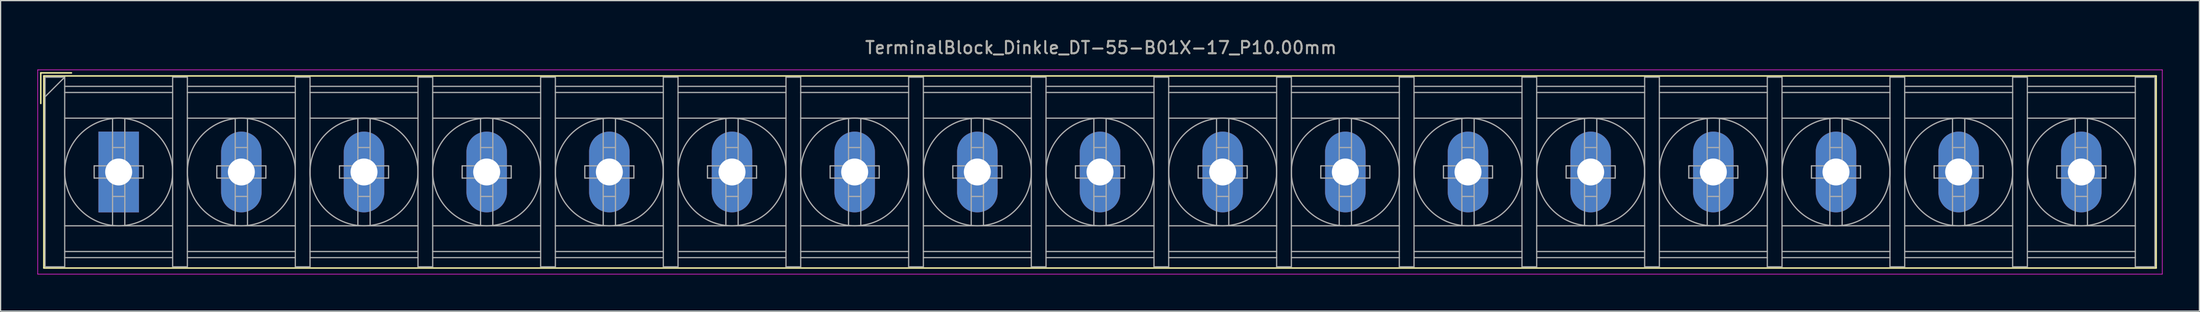
<source format=kicad_pcb>
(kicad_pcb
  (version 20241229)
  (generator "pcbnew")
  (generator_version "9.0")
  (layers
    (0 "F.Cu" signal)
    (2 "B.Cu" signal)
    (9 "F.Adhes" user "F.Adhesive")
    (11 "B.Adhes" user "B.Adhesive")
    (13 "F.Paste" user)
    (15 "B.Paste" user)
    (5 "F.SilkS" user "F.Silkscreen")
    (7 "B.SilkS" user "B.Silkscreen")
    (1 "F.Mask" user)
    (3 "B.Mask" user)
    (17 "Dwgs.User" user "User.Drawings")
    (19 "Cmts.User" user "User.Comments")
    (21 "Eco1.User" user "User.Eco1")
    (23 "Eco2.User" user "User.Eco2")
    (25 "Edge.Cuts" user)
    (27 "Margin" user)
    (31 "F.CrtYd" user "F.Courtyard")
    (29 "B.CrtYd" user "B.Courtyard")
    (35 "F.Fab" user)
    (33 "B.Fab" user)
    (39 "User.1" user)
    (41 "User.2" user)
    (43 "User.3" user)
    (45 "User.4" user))
  (footprint "TerminalBlock_Dinkle_DT-55-B01X-17_P10.00mm"
    (layer "F.Cu")
    (at 6.625 11.008)
    (property "Reference" "TerminalBlock_Dinkle_DT-55-B01X-17_P10.00mm" (at 80.08 -10.16 0) (layer "F.SilkS") (effects (font (size 1 1) (thickness 0.15))))
    (attr through_hole)
    (fp_line (start -6.35 -8.1) (end -3.85 -8.1) (stroke (width 0.12) (type solid)) (layer "F.SilkS"))
    (fp_line (start -6.35 -5.6) (end -6.35 -8.1) (stroke (width 0.12) (type solid)) (layer "F.SilkS"))
    (fp_line (start -6.1 -7.85) (end 166.1 -7.85) (stroke (width 0.12) (type solid)) (layer "F.SilkS"))
    (fp_line (start -6.1 7.85) (end -6.1 -7.85) (stroke (width 0.12) (type solid)) (layer "F.SilkS"))
    (fp_line (start -6.1 7.85) (end 166.1 7.85) (stroke (width 0.12) (type solid)) (layer "F.SilkS"))
    (fp_line (start 166.1 -7.85) (end 166.1 7.85) (stroke (width 0.12) (type solid)) (layer "F.SilkS"))
    (fp_line (start -6.6 -8.35) (end 166.6 -8.35) (stroke (width 0.05) (type solid)) (layer "F.CrtYd"))
    (fp_line (start -6.6 8.35) (end -6.6 -8.35) (stroke (width 0.05) (type solid)) (layer "F.CrtYd"))
    (fp_line (start -6.6 8.35) (end 166.6 8.35) (stroke (width 0.05) (type solid)) (layer "F.CrtYd"))
    (fp_line (start 166.6 -8.35) (end 166.6 8.35) (stroke (width 0.05) (type solid)) (layer "F.CrtYd"))
    (fp_line (start -6 -7.75) (end -6 7.75) (stroke (width 0.1) (type solid)) (layer "F.Fab"))
    (fp_line (start -6 -7.75) (end -4.4 -7.75) (stroke (width 0.1) (type solid)) (layer "F.Fab"))
    (fp_line (start -6 7.75) (end -4.4 7.75) (stroke (width 0.1) (type solid)) (layer "F.Fab"))
    (fp_line (start -4.4 -7.75) (end -6 -6.15) (stroke (width 0.1) (type solid)) (layer "F.Fab"))
    (fp_line (start -4.4 -7.75) (end -4.4 7.75) (stroke (width 0.1) (type solid)) (layer "F.Fab"))
    (fp_line (start -4.4 -7) (end 4.4 -7) (stroke (width 0.1) (type solid)) (layer "F.Fab"))
    (fp_line (start -4.4 -6.5) (end 4.4 -6.5) (stroke (width 0.1) (type solid)) (layer "F.Fab"))
    (fp_line (start -4.4 -4.4) (end 4.4 -4.4) (stroke (width 0.1) (type solid)) (layer "F.Fab"))
    (fp_line (start -4.4 4.4) (end 4.4 4.4) (stroke (width 0.1) (type solid)) (layer "F.Fab"))
    (fp_line (start -4.4 6.5) (end 4.4 6.5) (stroke (width 0.1) (type solid)) (layer "F.Fab"))
    (fp_line (start -4.4 7) (end 4.4 7) (stroke (width 0.1) (type solid)) (layer "F.Fab"))
    (fp_line (start -2 -0.5) (end -2 0.5) (stroke (width 0.1) (type solid)) (layer "F.Fab"))
    (fp_line (start -2 0.5) (end -0.5 0.5) (stroke (width 0.1) (type solid)) (layer "F.Fab"))
    (fp_line (start -0.5 -4.35) (end -0.5 -0.5) (stroke (width 0.1) (type solid)) (layer "F.Fab"))
    (fp_line (start -0.5 -2) (end 0.5 -2) (stroke (width 0.1) (type solid)) (layer "F.Fab"))
    (fp_line (start -0.5 -0.5) (end -2 -0.5) (stroke (width 0.1) (type solid)) (layer "F.Fab"))
    (fp_line (start -0.5 0.5) (end -0.5 4.35) (stroke (width 0.1) (type solid)) (layer "F.Fab"))
    (fp_line (start -0.5 2) (end 0.5 2) (stroke (width 0.1) (type solid)) (layer "F.Fab"))
    (fp_line (start 0.5 -4.35) (end 0.5 -0.5) (stroke (width 0.1) (type solid)) (layer "F.Fab"))
    (fp_line (start 0.5 -0.5) (end 2 -0.5) (stroke (width 0.1) (type solid)) (layer "F.Fab"))
    (fp_line (start 0.5 0.5) (end 0.5 4.35) (stroke (width 0.1) (type solid)) (layer "F.Fab"))
    (fp_line (start 2 -0.5) (end 2 0.5) (stroke (width 0.1) (type solid)) (layer "F.Fab"))
    (fp_line (start 2 0.5) (end 0.5 0.5) (stroke (width 0.1) (type solid)) (layer "F.Fab"))
    (fp_line (start 4.4 -7.75) (end 4.4 7.75) (stroke (width 0.1) (type solid)) (layer "F.Fab"))
    (fp_line (start 4.4 -7.75) (end 5.6 -7.75) (stroke (width 0.1) (type solid)) (layer "F.Fab"))
    (fp_line (start 4.4 7.75) (end 5.6 7.75) (stroke (width 0.1) (type solid)) (layer "F.Fab"))
    (fp_line (start 5.6 -7.75) (end 5.6 7.75) (stroke (width 0.1) (type solid)) (layer "F.Fab"))
    (fp_line (start 5.6 -7) (end 14.4 -7) (stroke (width 0.1) (type solid)) (layer "F.Fab"))
    (fp_line (start 5.6 -6.5) (end 14.4 -6.5) (stroke (width 0.1) (type solid)) (layer "F.Fab"))
    (fp_line (start 5.6 -4.4) (end 14.4 -4.4) (stroke (width 0.1) (type solid)) (layer "F.Fab"))
    (fp_line (start 5.6 4.4) (end 14.4 4.4) (stroke (width 0.1) (type solid)) (layer "F.Fab"))
    (fp_line (start 5.6 6.5) (end 14.4 6.5) (stroke (width 0.1) (type solid)) (layer "F.Fab"))
    (fp_line (start 5.6 7) (end 14.4 7) (stroke (width 0.1) (type solid)) (layer "F.Fab"))
    (fp_line (start 8 -0.5) (end 8 0.5) (stroke (width 0.1) (type solid)) (layer "F.Fab"))
    (fp_line (start 8 0.5) (end 9.5 0.5) (stroke (width 0.1) (type solid)) (layer "F.Fab"))
    (fp_line (start 9.5 -4.35) (end 9.5 -0.5) (stroke (width 0.1) (type solid)) (layer "F.Fab"))
    (fp_line (start 9.5 -2) (end 10.5 -2) (stroke (width 0.1) (type solid)) (layer "F.Fab"))
    (fp_line (start 9.5 -0.5) (end 8 -0.5) (stroke (width 0.1) (type solid)) (layer "F.Fab"))
    (fp_line (start 9.5 0.5) (end 9.5 4.35) (stroke (width 0.1) (type solid)) (layer "F.Fab"))
    (fp_line (start 9.5 2) (end 10.5 2) (stroke (width 0.1) (type solid)) (layer "F.Fab"))
    (fp_line (start 10.5 -4.35) (end 10.5 -0.5) (stroke (width 0.1) (type solid)) (layer "F.Fab"))
    (fp_line (start 10.5 -0.5) (end 12 -0.5) (stroke (width 0.1) (type solid)) (layer "F.Fab"))
    (fp_line (start 10.5 0.5) (end 10.5 4.35) (stroke (width 0.1) (type solid)) (layer "F.Fab"))
    (fp_line (start 12 -0.5) (end 12 0.5) (stroke (width 0.1) (type solid)) (layer "F.Fab"))
    (fp_line (start 12 0.5) (end 10.5 0.5) (stroke (width 0.1) (type solid)) (layer "F.Fab"))
    (fp_line (start 14.4 -7.75) (end 14.4 7.75) (stroke (width 0.1) (type solid)) (layer "F.Fab"))
    (fp_line (start 14.4 -7.75) (end 15.6 -7.75) (stroke (width 0.1) (type solid)) (layer "F.Fab"))
    (fp_line (start 14.4 7.75) (end 15.6 7.75) (stroke (width 0.1) (type solid)) (layer "F.Fab"))
    (fp_line (start 15.6 -7.75) (end 15.6 7.75) (stroke (width 0.1) (type solid)) (layer "F.Fab"))
    (fp_line (start 15.6 -7) (end 24.4 -7) (stroke (width 0.1) (type solid)) (layer "F.Fab"))
    (fp_line (start 15.6 -6.5) (end 24.4 -6.5) (stroke (width 0.1) (type solid)) (layer "F.Fab"))
    (fp_line (start 15.6 -4.4) (end 24.4 -4.4) (stroke (width 0.1) (type solid)) (layer "F.Fab"))
    (fp_line (start 15.6 4.4) (end 24.4 4.4) (stroke (width 0.1) (type solid)) (layer "F.Fab"))
    (fp_line (start 15.6 6.5) (end 24.4 6.5) (stroke (width 0.1) (type solid)) (layer "F.Fab"))
    (fp_line (start 15.6 7) (end 24.4 7) (stroke (width 0.1) (type solid)) (layer "F.Fab"))
    (fp_line (start 18 -0.5) (end 18 0.5) (stroke (width 0.1) (type solid)) (layer "F.Fab"))
    (fp_line (start 18 0.5) (end 19.5 0.5) (stroke (width 0.1) (type solid)) (layer "F.Fab"))
    (fp_line (start 19.5 -4.35) (end 19.5 -0.5) (stroke (width 0.1) (type solid)) (layer "F.Fab"))
    (fp_line (start 19.5 -2) (end 20.5 -2) (stroke (width 0.1) (type solid)) (layer "F.Fab"))
    (fp_line (start 19.5 -0.5) (end 18 -0.5) (stroke (width 0.1) (type solid)) (layer "F.Fab"))
    (fp_line (start 19.5 0.5) (end 19.5 4.35) (stroke (width 0.1) (type solid)) (layer "F.Fab"))
    (fp_line (start 19.5 2) (end 20.5 2) (stroke (width 0.1) (type solid)) (layer "F.Fab"))
    (fp_line (start 20.5 -4.35) (end 20.5 -0.5) (stroke (width 0.1) (type solid)) (layer "F.Fab"))
    (fp_line (start 20.5 -0.5) (end 22 -0.5) (stroke (width 0.1) (type solid)) (layer "F.Fab"))
    (fp_line (start 20.5 0.5) (end 20.5 4.35) (stroke (width 0.1) (type solid)) (layer "F.Fab"))
    (fp_line (start 22 -0.5) (end 22 0.5) (stroke (width 0.1) (type solid)) (layer "F.Fab"))
    (fp_line (start 22 0.5) (end 20.5 0.5) (stroke (width 0.1) (type solid)) (layer "F.Fab"))
    (fp_line (start 24.4 -7.75) (end 24.4 7.75) (stroke (width 0.1) (type solid)) (layer "F.Fab"))
    (fp_line (start 24.4 -7.75) (end 25.6 -7.75) (stroke (width 0.1) (type solid)) (layer "F.Fab"))
    (fp_line (start 24.4 7.75) (end 25.6 7.75) (stroke (width 0.1) (type solid)) (layer "F.Fab"))
    (fp_line (start 25.6 -7.75) (end 25.6 7.75) (stroke (width 0.1) (type solid)) (layer "F.Fab"))
    (fp_line (start 25.6 -7) (end 34.4 -7) (stroke (width 0.1) (type solid)) (layer "F.Fab"))
    (fp_line (start 25.6 -6.5) (end 34.4 -6.5) (stroke (width 0.1) (type solid)) (layer "F.Fab"))
    (fp_line (start 25.6 -4.4) (end 34.4 -4.4) (stroke (width 0.1) (type solid)) (layer "F.Fab"))
    (fp_line (start 25.6 4.4) (end 34.4 4.4) (stroke (width 0.1) (type solid)) (layer "F.Fab"))
    (fp_line (start 25.6 6.5) (end 34.4 6.5) (stroke (width 0.1) (type solid)) (layer "F.Fab"))
    (fp_line (start 25.6 7) (end 34.4 7) (stroke (width 0.1) (type solid)) (layer "F.Fab"))
    (fp_line (start 28 -0.5) (end 28 0.5) (stroke (width 0.1) (type solid)) (layer "F.Fab"))
    (fp_line (start 28 0.5) (end 29.5 0.5) (stroke (width 0.1) (type solid)) (layer "F.Fab"))
    (fp_line (start 29.5 -4.35) (end 29.5 -0.5) (stroke (width 0.1) (type solid)) (layer "F.Fab"))
    (fp_line (start 29.5 -2) (end 30.5 -2) (stroke (width 0.1) (type solid)) (layer "F.Fab"))
    (fp_line (start 29.5 -0.5) (end 28 -0.5) (stroke (width 0.1) (type solid)) (layer "F.Fab"))
    (fp_line (start 29.5 0.5) (end 29.5 4.35) (stroke (width 0.1) (type solid)) (layer "F.Fab"))
    (fp_line (start 29.5 2) (end 30.5 2) (stroke (width 0.1) (type solid)) (layer "F.Fab"))
    (fp_line (start 30.5 -4.35) (end 30.5 -0.5) (stroke (width 0.1) (type solid)) (layer "F.Fab"))
    (fp_line (start 30.5 -0.5) (end 32 -0.5) (stroke (width 0.1) (type solid)) (layer "F.Fab"))
    (fp_line (start 30.5 0.5) (end 30.5 4.35) (stroke (width 0.1) (type solid)) (layer "F.Fab"))
    (fp_line (start 32 -0.5) (end 32 0.5) (stroke (width 0.1) (type solid)) (layer "F.Fab"))
    (fp_line (start 32 0.5) (end 30.5 0.5) (stroke (width 0.1) (type solid)) (layer "F.Fab"))
    (fp_line (start 34.4 -7.75) (end 34.4 7.75) (stroke (width 0.1) (type solid)) (layer "F.Fab"))
    (fp_line (start 34.4 -7.75) (end 35.6 -7.75) (stroke (width 0.1) (type solid)) (layer "F.Fab"))
    (fp_line (start 34.4 7.75) (end 35.6 7.75) (stroke (width 0.1) (type solid)) (layer "F.Fab"))
    (fp_line (start 35.6 -7.75) (end 35.6 7.75) (stroke (width 0.1) (type solid)) (layer "F.Fab"))
    (fp_line (start 35.6 -7) (end 44.4 -7) (stroke (width 0.1) (type solid)) (layer "F.Fab"))
    (fp_line (start 35.6 -6.5) (end 44.4 -6.5) (stroke (width 0.1) (type solid)) (layer "F.Fab"))
    (fp_line (start 35.6 -4.4) (end 44.4 -4.4) (stroke (width 0.1) (type solid)) (layer "F.Fab"))
    (fp_line (start 35.6 4.4) (end 44.4 4.4) (stroke (width 0.1) (type solid)) (layer "F.Fab"))
    (fp_line (start 35.6 6.5) (end 44.4 6.5) (stroke (width 0.1) (type solid)) (layer "F.Fab"))
    (fp_line (start 35.6 7) (end 44.4 7) (stroke (width 0.1) (type solid)) (layer "F.Fab"))
    (fp_line (start 38 -0.5) (end 38 0.5) (stroke (width 0.1) (type solid)) (layer "F.Fab"))
    (fp_line (start 38 0.5) (end 39.5 0.5) (stroke (width 0.1) (type solid)) (layer "F.Fab"))
    (fp_line (start 39.5 -4.35) (end 39.5 -0.5) (stroke (width 0.1) (type solid)) (layer "F.Fab"))
    (fp_line (start 39.5 -2) (end 40.5 -2) (stroke (width 0.1) (type solid)) (layer "F.Fab"))
    (fp_line (start 39.5 -0.5) (end 38 -0.5) (stroke (width 0.1) (type solid)) (layer "F.Fab"))
    (fp_line (start 39.5 0.5) (end 39.5 4.35) (stroke (width 0.1) (type solid)) (layer "F.Fab"))
    (fp_line (start 39.5 2) (end 40.5 2) (stroke (width 0.1) (type solid)) (layer "F.Fab"))
    (fp_line (start 40.5 -4.35) (end 40.5 -0.5) (stroke (width 0.1) (type solid)) (layer "F.Fab"))
    (fp_line (start 40.5 -0.5) (end 42 -0.5) (stroke (width 0.1) (type solid)) (layer "F.Fab"))
    (fp_line (start 40.5 0.5) (end 40.5 4.35) (stroke (width 0.1) (type solid)) (layer "F.Fab"))
    (fp_line (start 42 -0.5) (end 42 0.5) (stroke (width 0.1) (type solid)) (layer "F.Fab"))
    (fp_line (start 42 0.5) (end 40.5 0.5) (stroke (width 0.1) (type solid)) (layer "F.Fab"))
    (fp_line (start 44.4 -7.75) (end 44.4 7.75) (stroke (width 0.1) (type solid)) (layer "F.Fab"))
    (fp_line (start 44.4 -7.75) (end 45.6 -7.75) (stroke (width 0.1) (type solid)) (layer "F.Fab"))
    (fp_line (start 44.4 7.75) (end 45.6 7.75) (stroke (width 0.1) (type solid)) (layer "F.Fab"))
    (fp_line (start 45.6 -7.75) (end 45.6 7.75) (stroke (width 0.1) (type solid)) (layer "F.Fab"))
    (fp_line (start 45.6 -7) (end 54.4 -7) (stroke (width 0.1) (type solid)) (layer "F.Fab"))
    (fp_line (start 45.6 -6.5) (end 54.4 -6.5) (stroke (width 0.1) (type solid)) (layer "F.Fab"))
    (fp_line (start 45.6 -4.4) (end 54.4 -4.4) (stroke (width 0.1) (type solid)) (layer "F.Fab"))
    (fp_line (start 45.6 4.4) (end 54.4 4.4) (stroke (width 0.1) (type solid)) (layer "F.Fab"))
    (fp_line (start 45.6 6.5) (end 54.4 6.5) (stroke (width 0.1) (type solid)) (layer "F.Fab"))
    (fp_line (start 45.6 7) (end 54.4 7) (stroke (width 0.1) (type solid)) (layer "F.Fab"))
    (fp_line (start 48 -0.5) (end 48 0.5) (stroke (width 0.1) (type solid)) (layer "F.Fab"))
    (fp_line (start 48 0.5) (end 49.5 0.5) (stroke (width 0.1) (type solid)) (layer "F.Fab"))
    (fp_line (start 49.5 -4.35) (end 49.5 -0.5) (stroke (width 0.1) (type solid)) (layer "F.Fab"))
    (fp_line (start 49.5 -2) (end 50.5 -2) (stroke (width 0.1) (type solid)) (layer "F.Fab"))
    (fp_line (start 49.5 -0.5) (end 48 -0.5) (stroke (width 0.1) (type solid)) (layer "F.Fab"))
    (fp_line (start 49.5 0.5) (end 49.5 4.35) (stroke (width 0.1) (type solid)) (layer "F.Fab"))
    (fp_line (start 49.5 2) (end 50.5 2) (stroke (width 0.1) (type solid)) (layer "F.Fab"))
    (fp_line (start 50.5 -4.35) (end 50.5 -0.5) (stroke (width 0.1) (type solid)) (layer "F.Fab"))
    (fp_line (start 50.5 -0.5) (end 52 -0.5) (stroke (width 0.1) (type solid)) (layer "F.Fab"))
    (fp_line (start 50.5 0.5) (end 50.5 4.35) (stroke (width 0.1) (type solid)) (layer "F.Fab"))
    (fp_line (start 52 -0.5) (end 52 0.5) (stroke (width 0.1) (type solid)) (layer "F.Fab"))
    (fp_line (start 52 0.5) (end 50.5 0.5) (stroke (width 0.1) (type solid)) (layer "F.Fab"))
    (fp_line (start 54.4 -7.75) (end 54.4 7.75) (stroke (width 0.1) (type solid)) (layer "F.Fab"))
    (fp_line (start 54.4 -7.75) (end 55.6 -7.75) (stroke (width 0.1) (type solid)) (layer "F.Fab"))
    (fp_line (start 54.4 7.75) (end 55.6 7.75) (stroke (width 0.1) (type solid)) (layer "F.Fab"))
    (fp_line (start 55.6 -7.75) (end 55.6 7.75) (stroke (width 0.1) (type solid)) (layer "F.Fab"))
    (fp_line (start 55.6 -7) (end 64.4 -7) (stroke (width 0.1) (type solid)) (layer "F.Fab"))
    (fp_line (start 55.6 -6.5) (end 64.4 -6.5) (stroke (width 0.1) (type solid)) (layer "F.Fab"))
    (fp_line (start 55.6 -4.4) (end 64.4 -4.4) (stroke (width 0.1) (type solid)) (layer "F.Fab"))
    (fp_line (start 55.6 4.4) (end 64.4 4.4) (stroke (width 0.1) (type solid)) (layer "F.Fab"))
    (fp_line (start 55.6 6.5) (end 64.4 6.5) (stroke (width 0.1) (type solid)) (layer "F.Fab"))
    (fp_line (start 55.6 7) (end 64.4 7) (stroke (width 0.1) (type solid)) (layer "F.Fab"))
    (fp_line (start 58 -0.5) (end 58 0.5) (stroke (width 0.1) (type solid)) (layer "F.Fab"))
    (fp_line (start 58 0.5) (end 59.5 0.5) (stroke (width 0.1) (type solid)) (layer "F.Fab"))
    (fp_line (start 59.5 -4.35) (end 59.5 -0.5) (stroke (width 0.1) (type solid)) (layer "F.Fab"))
    (fp_line (start 59.5 -2) (end 60.5 -2) (stroke (width 0.1) (type solid)) (layer "F.Fab"))
    (fp_line (start 59.5 -0.5) (end 58 -0.5) (stroke (width 0.1) (type solid)) (layer "F.Fab"))
    (fp_line (start 59.5 0.5) (end 59.5 4.35) (stroke (width 0.1) (type solid)) (layer "F.Fab"))
    (fp_line (start 59.5 2) (end 60.5 2) (stroke (width 0.1) (type solid)) (layer "F.Fab"))
    (fp_line (start 60.5 -4.35) (end 60.5 -0.5) (stroke (width 0.1) (type solid)) (layer "F.Fab"))
    (fp_line (start 60.5 -0.5) (end 62 -0.5) (stroke (width 0.1) (type solid)) (layer "F.Fab"))
    (fp_line (start 60.5 0.5) (end 60.5 4.35) (stroke (width 0.1) (type solid)) (layer "F.Fab"))
    (fp_line (start 62 -0.5) (end 62 0.5) (stroke (width 0.1) (type solid)) (layer "F.Fab"))
    (fp_line (start 62 0.5) (end 60.5 0.5) (stroke (width 0.1) (type solid)) (layer "F.Fab"))
    (fp_line (start 64.4 -7.75) (end 64.4 7.75) (stroke (width 0.1) (type solid)) (layer "F.Fab"))
    (fp_line (start 64.4 -7.75) (end 65.6 -7.75) (stroke (width 0.1) (type solid)) (layer "F.Fab"))
    (fp_line (start 64.4 7.75) (end 65.6 7.75) (stroke (width 0.1) (type solid)) (layer "F.Fab"))
    (fp_line (start 65.6 -7.75) (end 65.6 7.75) (stroke (width 0.1) (type solid)) (layer "F.Fab"))
    (fp_line (start 65.6 -7) (end 74.4 -7) (stroke (width 0.1) (type solid)) (layer "F.Fab"))
    (fp_line (start 65.6 -6.5) (end 74.4 -6.5) (stroke (width 0.1) (type solid)) (layer "F.Fab"))
    (fp_line (start 65.6 -4.4) (end 74.4 -4.4) (stroke (width 0.1) (type solid)) (layer "F.Fab"))
    (fp_line (start 65.6 4.4) (end 74.4 4.4) (stroke (width 0.1) (type solid)) (layer "F.Fab"))
    (fp_line (start 65.6 6.5) (end 74.4 6.5) (stroke (width 0.1) (type solid)) (layer "F.Fab"))
    (fp_line (start 65.6 7) (end 74.4 7) (stroke (width 0.1) (type solid)) (layer "F.Fab"))
    (fp_line (start 68 -0.5) (end 68 0.5) (stroke (width 0.1) (type solid)) (layer "F.Fab"))
    (fp_line (start 68 0.5) (end 69.5 0.5) (stroke (width 0.1) (type solid)) (layer "F.Fab"))
    (fp_line (start 69.5 -4.35) (end 69.5 -0.5) (stroke (width 0.1) (type solid)) (layer "F.Fab"))
    (fp_line (start 69.5 -2) (end 70.5 -2) (stroke (width 0.1) (type solid)) (layer "F.Fab"))
    (fp_line (start 69.5 -0.5) (end 68 -0.5) (stroke (width 0.1) (type solid)) (layer "F.Fab"))
    (fp_line (start 69.5 0.5) (end 69.5 4.35) (stroke (width 0.1) (type solid)) (layer "F.Fab"))
    (fp_line (start 69.5 2) (end 70.5 2) (stroke (width 0.1) (type solid)) (layer "F.Fab"))
    (fp_line (start 70.5 -4.35) (end 70.5 -0.5) (stroke (width 0.1) (type solid)) (layer "F.Fab"))
    (fp_line (start 70.5 -0.5) (end 72 -0.5) (stroke (width 0.1) (type solid)) (layer "F.Fab"))
    (fp_line (start 70.5 0.5) (end 70.5 4.35) (stroke (width 0.1) (type solid)) (layer "F.Fab"))
    (fp_line (start 72 -0.5) (end 72 0.5) (stroke (width 0.1) (type solid)) (layer "F.Fab"))
    (fp_line (start 72 0.5) (end 70.5 0.5) (stroke (width 0.1) (type solid)) (layer "F.Fab"))
    (fp_line (start 74.4 -7.75) (end 74.4 7.75) (stroke (width 0.1) (type solid)) (layer "F.Fab"))
    (fp_line (start 74.4 -7.75) (end 75.6 -7.75) (stroke (width 0.1) (type solid)) (layer "F.Fab"))
    (fp_line (start 74.4 7.75) (end 75.6 7.75) (stroke (width 0.1) (type solid)) (layer "F.Fab"))
    (fp_line (start 75.6 -7.75) (end 75.6 7.75) (stroke (width 0.1) (type solid)) (layer "F.Fab"))
    (fp_line (start 75.6 -7) (end 84.4 -7) (stroke (width 0.1) (type solid)) (layer "F.Fab"))
    (fp_line (start 75.6 -6.5) (end 84.4 -6.5) (stroke (width 0.1) (type solid)) (layer "F.Fab"))
    (fp_line (start 75.6 -4.4) (end 84.4 -4.4) (stroke (width 0.1) (type solid)) (layer "F.Fab"))
    (fp_line (start 75.6 4.4) (end 84.4 4.4) (stroke (width 0.1) (type solid)) (layer "F.Fab"))
    (fp_line (start 75.6 6.5) (end 84.4 6.5) (stroke (width 0.1) (type solid)) (layer "F.Fab"))
    (fp_line (start 75.6 7) (end 84.4 7) (stroke (width 0.1) (type solid)) (layer "F.Fab"))
    (fp_line (start 78 -0.5) (end 78 0.5) (stroke (width 0.1) (type solid)) (layer "F.Fab"))
    (fp_line (start 78 0.5) (end 79.5 0.5) (stroke (width 0.1) (type solid)) (layer "F.Fab"))
    (fp_line (start 79.5 -4.35) (end 79.5 -0.5) (stroke (width 0.1) (type solid)) (layer "F.Fab"))
    (fp_line (start 79.5 -2) (end 80.5 -2) (stroke (width 0.1) (type solid)) (layer "F.Fab"))
    (fp_line (start 79.5 -0.5) (end 78 -0.5) (stroke (width 0.1) (type solid)) (layer "F.Fab"))
    (fp_line (start 79.5 0.5) (end 79.5 4.35) (stroke (width 0.1) (type solid)) (layer "F.Fab"))
    (fp_line (start 79.5 2) (end 80.5 2) (stroke (width 0.1) (type solid)) (layer "F.Fab"))
    (fp_line (start 80.5 -4.35) (end 80.5 -0.5) (stroke (width 0.1) (type solid)) (layer "F.Fab"))
    (fp_line (start 80.5 -0.5) (end 82 -0.5) (stroke (width 0.1) (type solid)) (layer "F.Fab"))
    (fp_line (start 80.5 0.5) (end 80.5 4.35) (stroke (width 0.1) (type solid)) (layer "F.Fab"))
    (fp_line (start 82 -0.5) (end 82 0.5) (stroke (width 0.1) (type solid)) (layer "F.Fab"))
    (fp_line (start 82 0.5) (end 80.5 0.5) (stroke (width 0.1) (type solid)) (layer "F.Fab"))
    (fp_line (start 84.4 -7.75) (end 84.4 7.75) (stroke (width 0.1) (type solid)) (layer "F.Fab"))
    (fp_line (start 84.4 -7.75) (end 85.6 -7.75) (stroke (width 0.1) (type solid)) (layer "F.Fab"))
    (fp_line (start 84.4 7.75) (end 85.6 7.75) (stroke (width 0.1) (type solid)) (layer "F.Fab"))
    (fp_line (start 85.6 -7.75) (end 85.6 7.75) (stroke (width 0.1) (type solid)) (layer "F.Fab"))
    (fp_line (start 85.6 -7) (end 94.4 -7) (stroke (width 0.1) (type solid)) (layer "F.Fab"))
    (fp_line (start 85.6 -6.5) (end 94.4 -6.5) (stroke (width 0.1) (type solid)) (layer "F.Fab"))
    (fp_line (start 85.6 -4.4) (end 94.4 -4.4) (stroke (width 0.1) (type solid)) (layer "F.Fab"))
    (fp_line (start 85.6 4.4) (end 94.4 4.4) (stroke (width 0.1) (type solid)) (layer "F.Fab"))
    (fp_line (start 85.6 6.5) (end 94.4 6.5) (stroke (width 0.1) (type solid)) (layer "F.Fab"))
    (fp_line (start 85.6 7) (end 94.4 7) (stroke (width 0.1) (type solid)) (layer "F.Fab"))
    (fp_line (start 88 -0.5) (end 88 0.5) (stroke (width 0.1) (type solid)) (layer "F.Fab"))
    (fp_line (start 88 0.5) (end 89.5 0.5) (stroke (width 0.1) (type solid)) (layer "F.Fab"))
    (fp_line (start 89.5 -4.35) (end 89.5 -0.5) (stroke (width 0.1) (type solid)) (layer "F.Fab"))
    (fp_line (start 89.5 -2) (end 90.5 -2) (stroke (width 0.1) (type solid)) (layer "F.Fab"))
    (fp_line (start 89.5 -0.5) (end 88 -0.5) (stroke (width 0.1) (type solid)) (layer "F.Fab"))
    (fp_line (start 89.5 0.5) (end 89.5 4.35) (stroke (width 0.1) (type solid)) (layer "F.Fab"))
    (fp_line (start 89.5 2) (end 90.5 2) (stroke (width 0.1) (type solid)) (layer "F.Fab"))
    (fp_line (start 90.5 -4.35) (end 90.5 -0.5) (stroke (width 0.1) (type solid)) (layer "F.Fab"))
    (fp_line (start 90.5 -0.5) (end 92 -0.5) (stroke (width 0.1) (type solid)) (layer "F.Fab"))
    (fp_line (start 90.5 0.5) (end 90.5 4.35) (stroke (width 0.1) (type solid)) (layer "F.Fab"))
    (fp_line (start 92 -0.5) (end 92 0.5) (stroke (width 0.1) (type solid)) (layer "F.Fab"))
    (fp_line (start 92 0.5) (end 90.5 0.5) (stroke (width 0.1) (type solid)) (layer "F.Fab"))
    (fp_line (start 94.4 -7.75) (end 94.4 7.75) (stroke (width 0.1) (type solid)) (layer "F.Fab"))
    (fp_line (start 94.4 -7.75) (end 95.6 -7.75) (stroke (width 0.1) (type solid)) (layer "F.Fab"))
    (fp_line (start 94.4 7.75) (end 95.6 7.75) (stroke (width 0.1) (type solid)) (layer "F.Fab"))
    (fp_line (start 95.6 -7.75) (end 95.6 7.75) (stroke (width 0.1) (type solid)) (layer "F.Fab"))
    (fp_line (start 95.6 -7) (end 104.4 -7) (stroke (width 0.1) (type solid)) (layer "F.Fab"))
    (fp_line (start 95.6 -6.5) (end 104.4 -6.5) (stroke (width 0.1) (type solid)) (layer "F.Fab"))
    (fp_line (start 95.6 -4.4) (end 104.4 -4.4) (stroke (width 0.1) (type solid)) (layer "F.Fab"))
    (fp_line (start 95.6 4.4) (end 104.4 4.4) (stroke (width 0.1) (type solid)) (layer "F.Fab"))
    (fp_line (start 95.6 6.5) (end 104.4 6.5) (stroke (width 0.1) (type solid)) (layer "F.Fab"))
    (fp_line (start 95.6 7) (end 104.4 7) (stroke (width 0.1) (type solid)) (layer "F.Fab"))
    (fp_line (start 98 -0.5) (end 98 0.5) (stroke (width 0.1) (type solid)) (layer "F.Fab"))
    (fp_line (start 98 0.5) (end 99.5 0.5) (stroke (width 0.1) (type solid)) (layer "F.Fab"))
    (fp_line (start 99.5 -4.35) (end 99.5 -0.5) (stroke (width 0.1) (type solid)) (layer "F.Fab"))
    (fp_line (start 99.5 -2) (end 100.5 -2) (stroke (width 0.1) (type solid)) (layer "F.Fab"))
    (fp_line (start 99.5 -0.5) (end 98 -0.5) (stroke (width 0.1) (type solid)) (layer "F.Fab"))
    (fp_line (start 99.5 0.5) (end 99.5 4.35) (stroke (width 0.1) (type solid)) (layer "F.Fab"))
    (fp_line (start 99.5 2) (end 100.5 2) (stroke (width 0.1) (type solid)) (layer "F.Fab"))
    (fp_line (start 100.5 -4.35) (end 100.5 -0.5) (stroke (width 0.1) (type solid)) (layer "F.Fab"))
    (fp_line (start 100.5 -0.5) (end 102 -0.5) (stroke (width 0.1) (type solid)) (layer "F.Fab"))
    (fp_line (start 100.5 0.5) (end 100.5 4.35) (stroke (width 0.1) (type solid)) (layer "F.Fab"))
    (fp_line (start 102 -0.5) (end 102 0.5) (stroke (width 0.1) (type solid)) (layer "F.Fab"))
    (fp_line (start 102 0.5) (end 100.5 0.5) (stroke (width 0.1) (type solid)) (layer "F.Fab"))
    (fp_line (start 104.4 -7.75) (end 104.4 7.75) (stroke (width 0.1) (type solid)) (layer "F.Fab"))
    (fp_line (start 104.4 -7.75) (end 105.6 -7.75) (stroke (width 0.1) (type solid)) (layer "F.Fab"))
    (fp_line (start 104.4 7.75) (end 105.6 7.75) (stroke (width 0.1) (type solid)) (layer "F.Fab"))
    (fp_line (start 105.6 -7.75) (end 105.6 7.75) (stroke (width 0.1) (type solid)) (layer "F.Fab"))
    (fp_line (start 105.6 -7) (end 114.4 -7) (stroke (width 0.1) (type solid)) (layer "F.Fab"))
    (fp_line (start 105.6 -6.5) (end 114.4 -6.5) (stroke (width 0.1) (type solid)) (layer "F.Fab"))
    (fp_line (start 105.6 -4.4) (end 114.4 -4.4) (stroke (width 0.1) (type solid)) (layer "F.Fab"))
    (fp_line (start 105.6 4.4) (end 114.4 4.4) (stroke (width 0.1) (type solid)) (layer "F.Fab"))
    (fp_line (start 105.6 6.5) (end 114.4 6.5) (stroke (width 0.1) (type solid)) (layer "F.Fab"))
    (fp_line (start 105.6 7) (end 114.4 7) (stroke (width 0.1) (type solid)) (layer "F.Fab"))
    (fp_line (start 108 -0.5) (end 108 0.5) (stroke (width 0.1) (type solid)) (layer "F.Fab"))
    (fp_line (start 108 0.5) (end 109.5 0.5) (stroke (width 0.1) (type solid)) (layer "F.Fab"))
    (fp_line (start 109.5 -4.35) (end 109.5 -0.5) (stroke (width 0.1) (type solid)) (layer "F.Fab"))
    (fp_line (start 109.5 -2) (end 110.5 -2) (stroke (width 0.1) (type solid)) (layer "F.Fab"))
    (fp_line (start 109.5 -0.5) (end 108 -0.5) (stroke (width 0.1) (type solid)) (layer "F.Fab"))
    (fp_line (start 109.5 0.5) (end 109.5 4.35) (stroke (width 0.1) (type solid)) (layer "F.Fab"))
    (fp_line (start 109.5 2) (end 110.5 2) (stroke (width 0.1) (type solid)) (layer "F.Fab"))
    (fp_line (start 110.5 -4.35) (end 110.5 -0.5) (stroke (width 0.1) (type solid)) (layer "F.Fab"))
    (fp_line (start 110.5 -0.5) (end 112 -0.5) (stroke (width 0.1) (type solid)) (layer "F.Fab"))
    (fp_line (start 110.5 0.5) (end 110.5 4.35) (stroke (width 0.1) (type solid)) (layer "F.Fab"))
    (fp_line (start 112 -0.5) (end 112 0.5) (stroke (width 0.1) (type solid)) (layer "F.Fab"))
    (fp_line (start 112 0.5) (end 110.5 0.5) (stroke (width 0.1) (type solid)) (layer "F.Fab"))
    (fp_line (start 114.4 -7.75) (end 114.4 7.75) (stroke (width 0.1) (type solid)) (layer "F.Fab"))
    (fp_line (start 114.4 -7.75) (end 115.6 -7.75) (stroke (width 0.1) (type solid)) (layer "F.Fab"))
    (fp_line (start 114.4 7.75) (end 115.6 7.75) (stroke (width 0.1) (type solid)) (layer "F.Fab"))
    (fp_line (start 115.6 -7.75) (end 115.6 7.75) (stroke (width 0.1) (type solid)) (layer "F.Fab"))
    (fp_line (start 115.6 -7) (end 124.4 -7) (stroke (width 0.1) (type solid)) (layer "F.Fab"))
    (fp_line (start 115.6 -6.5) (end 124.4 -6.5) (stroke (width 0.1) (type solid)) (layer "F.Fab"))
    (fp_line (start 115.6 -4.4) (end 124.4 -4.4) (stroke (width 0.1) (type solid)) (layer "F.Fab"))
    (fp_line (start 115.6 4.4) (end 124.4 4.4) (stroke (width 0.1) (type solid)) (layer "F.Fab"))
    (fp_line (start 115.6 6.5) (end 124.4 6.5) (stroke (width 0.1) (type solid)) (layer "F.Fab"))
    (fp_line (start 115.6 7) (end 124.4 7) (stroke (width 0.1) (type solid)) (layer "F.Fab"))
    (fp_line (start 118 -0.5) (end 118 0.5) (stroke (width 0.1) (type solid)) (layer "F.Fab"))
    (fp_line (start 118 0.5) (end 119.5 0.5) (stroke (width 0.1) (type solid)) (layer "F.Fab"))
    (fp_line (start 119.5 -4.35) (end 119.5 -0.5) (stroke (width 0.1) (type solid)) (layer "F.Fab"))
    (fp_line (start 119.5 -2) (end 120.5 -2) (stroke (width 0.1) (type solid)) (layer "F.Fab"))
    (fp_line (start 119.5 -0.5) (end 118 -0.5) (stroke (width 0.1) (type solid)) (layer "F.Fab"))
    (fp_line (start 119.5 0.5) (end 119.5 4.35) (stroke (width 0.1) (type solid)) (layer "F.Fab"))
    (fp_line (start 119.5 2) (end 120.5 2) (stroke (width 0.1) (type solid)) (layer "F.Fab"))
    (fp_line (start 120.5 -4.35) (end 120.5 -0.5) (stroke (width 0.1) (type solid)) (layer "F.Fab"))
    (fp_line (start 120.5 -0.5) (end 122 -0.5) (stroke (width 0.1) (type solid)) (layer "F.Fab"))
    (fp_line (start 120.5 0.5) (end 120.5 4.35) (stroke (width 0.1) (type solid)) (layer "F.Fab"))
    (fp_line (start 122 -0.5) (end 122 0.5) (stroke (width 0.1) (type solid)) (layer "F.Fab"))
    (fp_line (start 122 0.5) (end 120.5 0.5) (stroke (width 0.1) (type solid)) (layer "F.Fab"))
    (fp_line (start 124.4 -7.75) (end 124.4 7.75) (stroke (width 0.1) (type solid)) (layer "F.Fab"))
    (fp_line (start 124.4 -7.75) (end 125.6 -7.75) (stroke (width 0.1) (type solid)) (layer "F.Fab"))
    (fp_line (start 124.4 7.75) (end 125.6 7.75) (stroke (width 0.1) (type solid)) (layer "F.Fab"))
    (fp_line (start 125.6 -7.75) (end 125.6 7.75) (stroke (width 0.1) (type solid)) (layer "F.Fab"))
    (fp_line (start 125.6 -7) (end 134.4 -7) (stroke (width 0.1) (type solid)) (layer "F.Fab"))
    (fp_line (start 125.6 -6.5) (end 134.4 -6.5) (stroke (width 0.1) (type solid)) (layer "F.Fab"))
    (fp_line (start 125.6 -4.4) (end 134.4 -4.4) (stroke (width 0.1) (type solid)) (layer "F.Fab"))
    (fp_line (start 125.6 4.4) (end 134.4 4.4) (stroke (width 0.1) (type solid)) (layer "F.Fab"))
    (fp_line (start 125.6 6.5) (end 134.4 6.5) (stroke (width 0.1) (type solid)) (layer "F.Fab"))
    (fp_line (start 125.6 7) (end 134.4 7) (stroke (width 0.1) (type solid)) (layer "F.Fab"))
    (fp_line (start 128 -0.5) (end 128 0.5) (stroke (width 0.1) (type solid)) (layer "F.Fab"))
    (fp_line (start 128 0.5) (end 129.5 0.5) (stroke (width 0.1) (type solid)) (layer "F.Fab"))
    (fp_line (start 129.5 -4.35) (end 129.5 -0.5) (stroke (width 0.1) (type solid)) (layer "F.Fab"))
    (fp_line (start 129.5 -2) (end 130.5 -2) (stroke (width 0.1) (type solid)) (layer "F.Fab"))
    (fp_line (start 129.5 -0.5) (end 128 -0.5) (stroke (width 0.1) (type solid)) (layer "F.Fab"))
    (fp_line (start 129.5 0.5) (end 129.5 4.35) (stroke (width 0.1) (type solid)) (layer "F.Fab"))
    (fp_line (start 129.5 2) (end 130.5 2) (stroke (width 0.1) (type solid)) (layer "F.Fab"))
    (fp_line (start 130.5 -4.35) (end 130.5 -0.5) (stroke (width 0.1) (type solid)) (layer "F.Fab"))
    (fp_line (start 130.5 -0.5) (end 132 -0.5) (stroke (width 0.1) (type solid)) (layer "F.Fab"))
    (fp_line (start 130.5 0.5) (end 130.5 4.35) (stroke (width 0.1) (type solid)) (layer "F.Fab"))
    (fp_line (start 132 -0.5) (end 132 0.5) (stroke (width 0.1) (type solid)) (layer "F.Fab"))
    (fp_line (start 132 0.5) (end 130.5 0.5) (stroke (width 0.1) (type solid)) (layer "F.Fab"))
    (fp_line (start 134.4 -7.75) (end 134.4 7.75) (stroke (width 0.1) (type solid)) (layer "F.Fab"))
    (fp_line (start 134.4 -7.75) (end 135.6 -7.75) (stroke (width 0.1) (type solid)) (layer "F.Fab"))
    (fp_line (start 134.4 7.75) (end 135.6 7.75) (stroke (width 0.1) (type solid)) (layer "F.Fab"))
    (fp_line (start 135.6 -7.75) (end 135.6 7.75) (stroke (width 0.1) (type solid)) (layer "F.Fab"))
    (fp_line (start 135.6 -7) (end 144.4 -7) (stroke (width 0.1) (type solid)) (layer "F.Fab"))
    (fp_line (start 135.6 -6.5) (end 144.4 -6.5) (stroke (width 0.1) (type solid)) (layer "F.Fab"))
    (fp_line (start 135.6 -4.4) (end 144.4 -4.4) (stroke (width 0.1) (type solid)) (layer "F.Fab"))
    (fp_line (start 135.6 4.4) (end 144.4 4.4) (stroke (width 0.1) (type solid)) (layer "F.Fab"))
    (fp_line (start 135.6 6.5) (end 144.4 6.5) (stroke (width 0.1) (type solid)) (layer "F.Fab"))
    (fp_line (start 135.6 7) (end 144.4 7) (stroke (width 0.1) (type solid)) (layer "F.Fab"))
    (fp_line (start 138 -0.5) (end 138 0.5) (stroke (width 0.1) (type solid)) (layer "F.Fab"))
    (fp_line (start 138 0.5) (end 139.5 0.5) (stroke (width 0.1) (type solid)) (layer "F.Fab"))
    (fp_line (start 139.5 -4.35) (end 139.5 -0.5) (stroke (width 0.1) (type solid)) (layer "F.Fab"))
    (fp_line (start 139.5 -2) (end 140.5 -2) (stroke (width 0.1) (type solid)) (layer "F.Fab"))
    (fp_line (start 139.5 -0.5) (end 138 -0.5) (stroke (width 0.1) (type solid)) (layer "F.Fab"))
    (fp_line (start 139.5 0.5) (end 139.5 4.35) (stroke (width 0.1) (type solid)) (layer "F.Fab"))
    (fp_line (start 139.5 2) (end 140.5 2) (stroke (width 0.1) (type solid)) (layer "F.Fab"))
    (fp_line (start 140.5 -4.35) (end 140.5 -0.5) (stroke (width 0.1) (type solid)) (layer "F.Fab"))
    (fp_line (start 140.5 -0.5) (end 142 -0.5) (stroke (width 0.1) (type solid)) (layer "F.Fab"))
    (fp_line (start 140.5 0.5) (end 140.5 4.35) (stroke (width 0.1) (type solid)) (layer "F.Fab"))
    (fp_line (start 142 -0.5) (end 142 0.5) (stroke (width 0.1) (type solid)) (layer "F.Fab"))
    (fp_line (start 142 0.5) (end 140.5 0.5) (stroke (width 0.1) (type solid)) (layer "F.Fab"))
    (fp_line (start 144.4 -7.75) (end 144.4 7.75) (stroke (width 0.1) (type solid)) (layer "F.Fab"))
    (fp_line (start 144.4 -7.75) (end 145.6 -7.75) (stroke (width 0.1) (type solid)) (layer "F.Fab"))
    (fp_line (start 144.4 7.75) (end 145.6 7.75) (stroke (width 0.1) (type solid)) (layer "F.Fab"))
    (fp_line (start 145.6 -7.75) (end 145.6 7.75) (stroke (width 0.1) (type solid)) (layer "F.Fab"))
    (fp_line (start 145.6 -7) (end 154.4 -7) (stroke (width 0.1) (type solid)) (layer "F.Fab"))
    (fp_line (start 145.6 -6.5) (end 154.4 -6.5) (stroke (width 0.1) (type solid)) (layer "F.Fab"))
    (fp_line (start 145.6 -4.4) (end 154.4 -4.4) (stroke (width 0.1) (type solid)) (layer "F.Fab"))
    (fp_line (start 145.6 4.4) (end 154.4 4.4) (stroke (width 0.1) (type solid)) (layer "F.Fab"))
    (fp_line (start 145.6 6.5) (end 154.4 6.5) (stroke (width 0.1) (type solid)) (layer "F.Fab"))
    (fp_line (start 145.6 7) (end 154.4 7) (stroke (width 0.1) (type solid)) (layer "F.Fab"))
    (fp_line (start 148 -0.5) (end 148 0.5) (stroke (width 0.1) (type solid)) (layer "F.Fab"))
    (fp_line (start 148 0.5) (end 149.5 0.5) (stroke (width 0.1) (type solid)) (layer "F.Fab"))
    (fp_line (start 149.5 -4.35) (end 149.5 -0.5) (stroke (width 0.1) (type solid)) (layer "F.Fab"))
    (fp_line (start 149.5 -2) (end 150.5 -2) (stroke (width 0.1) (type solid)) (layer "F.Fab"))
    (fp_line (start 149.5 -0.5) (end 148 -0.5) (stroke (width 0.1) (type solid)) (layer "F.Fab"))
    (fp_line (start 149.5 0.5) (end 149.5 4.35) (stroke (width 0.1) (type solid)) (layer "F.Fab"))
    (fp_line (start 149.5 2) (end 150.5 2) (stroke (width 0.1) (type solid)) (layer "F.Fab"))
    (fp_line (start 150.5 -4.35) (end 150.5 -0.5) (stroke (width 0.1) (type solid)) (layer "F.Fab"))
    (fp_line (start 150.5 -0.5) (end 152 -0.5) (stroke (width 0.1) (type solid)) (layer "F.Fab"))
    (fp_line (start 150.5 0.5) (end 150.5 4.35) (stroke (width 0.1) (type solid)) (layer "F.Fab"))
    (fp_line (start 152 -0.5) (end 152 0.5) (stroke (width 0.1) (type solid)) (layer "F.Fab"))
    (fp_line (start 152 0.5) (end 150.5 0.5) (stroke (width 0.1) (type solid)) (layer "F.Fab"))
    (fp_line (start 154.4 -7.75) (end 154.4 7.75) (stroke (width 0.1) (type solid)) (layer "F.Fab"))
    (fp_line (start 154.4 -7.75) (end 155.6 -7.75) (stroke (width 0.1) (type solid)) (layer "F.Fab"))
    (fp_line (start 154.4 7.75) (end 155.6 7.75) (stroke (width 0.1) (type solid)) (layer "F.Fab"))
    (fp_line (start 155.6 -7.75) (end 155.6 7.75) (stroke (width 0.1) (type solid)) (layer "F.Fab"))
    (fp_line (start 155.6 -7) (end 164.4 -7) (stroke (width 0.1) (type solid)) (layer "F.Fab"))
    (fp_line (start 155.6 -6.5) (end 164.4 -6.5) (stroke (width 0.1) (type solid)) (layer "F.Fab"))
    (fp_line (start 155.6 -4.4) (end 164.4 -4.4) (stroke (width 0.1) (type solid)) (layer "F.Fab"))
    (fp_line (start 155.6 4.4) (end 164.4 4.4) (stroke (width 0.1) (type solid)) (layer "F.Fab"))
    (fp_line (start 155.6 6.5) (end 164.4 6.5) (stroke (width 0.1) (type solid)) (layer "F.Fab"))
    (fp_line (start 155.6 7) (end 164.4 7) (stroke (width 0.1) (type solid)) (layer "F.Fab"))
    (fp_line (start 158 -0.5) (end 158 0.5) (stroke (width 0.1) (type solid)) (layer "F.Fab"))
    (fp_line (start 158 0.5) (end 159.5 0.5) (stroke (width 0.1) (type solid)) (layer "F.Fab"))
    (fp_line (start 159.5 -4.35) (end 159.5 -0.5) (stroke (width 0.1) (type solid)) (layer "F.Fab"))
    (fp_line (start 159.5 -2) (end 160.5 -2) (stroke (width 0.1) (type solid)) (layer "F.Fab"))
    (fp_line (start 159.5 -0.5) (end 158 -0.5) (stroke (width 0.1) (type solid)) (layer "F.Fab"))
    (fp_line (start 159.5 0.5) (end 159.5 4.35) (stroke (width 0.1) (type solid)) (layer "F.Fab"))
    (fp_line (start 159.5 2) (end 160.5 2) (stroke (width 0.1) (type solid)) (layer "F.Fab"))
    (fp_line (start 160.5 -4.35) (end 160.5 -0.5) (stroke (width 0.1) (type solid)) (layer "F.Fab"))
    (fp_line (start 160.5 -0.5) (end 162 -0.5) (stroke (width 0.1) (type solid)) (layer "F.Fab"))
    (fp_line (start 160.5 0.5) (end 160.5 4.35) (stroke (width 0.1) (type solid)) (layer "F.Fab"))
    (fp_line (start 162 -0.5) (end 162 0.5) (stroke (width 0.1) (type solid)) (layer "F.Fab"))
    (fp_line (start 162 0.5) (end 160.5 0.5) (stroke (width 0.1) (type solid)) (layer "F.Fab"))
    (fp_line (start 164.4 -7.75) (end 164.4 7.75) (stroke (width 0.1) (type solid)) (layer "F.Fab"))
    (fp_line (start 164.4 -7.75) (end 166 -7.75) (stroke (width 0.1) (type solid)) (layer "F.Fab"))
    (fp_line (start 164.4 7.75) (end 166 7.75) (stroke (width 0.1) (type solid)) (layer "F.Fab"))
    (fp_line (start 166 -7.75) (end 166 7.75) (stroke (width 0.1) (type solid)) (layer "F.Fab"))
    (fp_circle (center 0 0) (end 0.5 0.5) (stroke (width 0.1) (type solid)) (fill no) (layer "F.Fab"))
    (fp_circle (center 0 0) (end 4.4 0) (stroke (width 0.1) (type solid)) (fill no) (layer "F.Fab"))
    (fp_circle (center 10 0) (end 10.5 0.5) (stroke (width 0.1) (type solid)) (fill no) (layer "F.Fab"))
    (fp_circle (center 10 0) (end 14.4 0) (stroke (width 0.1) (type solid)) (fill no) (layer "F.Fab"))
    (fp_circle (center 20 0) (end 20.5 0.5) (stroke (width 0.1) (type solid)) (fill no) (layer "F.Fab"))
    (fp_circle (center 20 0) (end 24.4 0) (stroke (width 0.1) (type solid)) (fill no) (layer "F.Fab"))
    (fp_circle (center 30 0) (end 30.5 0.5) (stroke (width 0.1) (type solid)) (fill no) (layer "F.Fab"))
    (fp_circle (center 30 0) (end 34.4 0) (stroke (width 0.1) (type solid)) (fill no) (layer "F.Fab"))
    (fp_circle (center 40 0) (end 40.5 0.5) (stroke (width 0.1) (type solid)) (fill no) (layer "F.Fab"))
    (fp_circle (center 40 0) (end 44.4 0) (stroke (width 0.1) (type solid)) (fill no) (layer "F.Fab"))
    (fp_circle (center 50 0) (end 50.5 0.5) (stroke (width 0.1) (type solid)) (fill no) (layer "F.Fab"))
    (fp_circle (center 50 0) (end 54.4 0) (stroke (width 0.1) (type solid)) (fill no) (layer "F.Fab"))
    (fp_circle (center 60 0) (end 60.5 0.5) (stroke (width 0.1) (type solid)) (fill no) (layer "F.Fab"))
    (fp_circle (center 60 0) (end 64.4 0) (stroke (width 0.1) (type solid)) (fill no) (layer "F.Fab"))
    (fp_circle (center 70 0) (end 70.5 0.5) (stroke (width 0.1) (type solid)) (fill no) (layer "F.Fab"))
    (fp_circle (center 70 0) (end 74.4 0) (stroke (width 0.1) (type solid)) (fill no) (layer "F.Fab"))
    (fp_circle (center 80 0) (end 80.5 0.5) (stroke (width 0.1) (type solid)) (fill no) (layer "F.Fab"))
    (fp_circle (center 80 0) (end 84.4 0) (stroke (width 0.1) (type solid)) (fill no) (layer "F.Fab"))
    (fp_circle (center 90 0) (end 90.5 0.5) (stroke (width 0.1) (type solid)) (fill no) (layer "F.Fab"))
    (fp_circle (center 90 0) (end 94.4 0) (stroke (width 0.1) (type solid)) (fill no) (layer "F.Fab"))
    (fp_circle (center 100 0) (end 100.5 0.5) (stroke (width 0.1) (type solid)) (fill no) (layer "F.Fab"))
    (fp_circle (center 100 0) (end 104.4 0) (stroke (width 0.1) (type solid)) (fill no) (layer "F.Fab"))
    (fp_circle (center 110 0) (end 110.5 0.5) (stroke (width 0.1) (type solid)) (fill no) (layer "F.Fab"))
    (fp_circle (center 110 0) (end 114.4 0) (stroke (width 0.1) (type solid)) (fill no) (layer "F.Fab"))
    (fp_circle (center 120 0) (end 120.5 0.5) (stroke (width 0.1) (type solid)) (fill no) (layer "F.Fab"))
    (fp_circle (center 120 0) (end 124.4 0) (stroke (width 0.1) (type solid)) (fill no) (layer "F.Fab"))
    (fp_circle (center 130 0) (end 130.5 0.5) (stroke (width 0.1) (type solid)) (fill no) (layer "F.Fab"))
    (fp_circle (center 130 0) (end 134.4 0) (stroke (width 0.1) (type solid)) (fill no) (layer "F.Fab"))
    (fp_circle (center 140 0) (end 140.5 0.5) (stroke (width 0.1) (type solid)) (fill no) (layer "F.Fab"))
    (fp_circle (center 140 0) (end 144.4 0) (stroke (width 0.1) (type solid)) (fill no) (layer "F.Fab"))
    (fp_circle (center 150 0) (end 150.5 0.5) (stroke (width 0.1) (type solid)) (fill no) (layer "F.Fab"))
    (fp_circle (center 150 0) (end 154.4 0) (stroke (width 0.1) (type solid)) (fill no) (layer "F.Fab"))
    (fp_circle (center 160 0) (end 160.5 0.5) (stroke (width 0.1) (type solid)) (fill no) (layer "F.Fab"))
    (fp_circle (center 160 0) (end 164.4 0) (stroke (width 0.1) (type solid)) (fill no) (layer "F.Fab"))
    (fp_text user "${REFERENCE}" (at 80.08 -10.16 0) (layer "F.Fab") (effects (font (size 1 1) (thickness 0.15))))
    (pad "1" thru_hole rect (at 0 0) (size 3.3 6.6) (drill 2.2) (layers "*.Cu" "*.Mask"))
    (pad "2" thru_hole oval (at 10 0) (size 3.3 6.6) (drill 2.2) (layers "*.Cu" "*.Mask"))
    (pad "3" thru_hole oval (at 20 0) (size 3.3 6.6) (drill 2.2) (layers "*.Cu" "*.Mask"))
    (pad "4" thru_hole oval (at 30 0) (size 3.3 6.6) (drill 2.2) (layers "*.Cu" "*.Mask"))
    (pad "5" thru_hole oval (at 40 0) (size 3.3 6.6) (drill 2.2) (layers "*.Cu" "*.Mask"))
    (pad "6" thru_hole oval (at 50 0) (size 3.3 6.6) (drill 2.2) (layers "*.Cu" "*.Mask"))
    (pad "7" thru_hole oval (at 60 0) (size 3.3 6.6) (drill 2.2) (layers "*.Cu" "*.Mask"))
    (pad "8" thru_hole oval (at 70 0) (size 3.3 6.6) (drill 2.2) (layers "*.Cu" "*.Mask"))
    (pad "9" thru_hole oval (at 80 0) (size 3.3 6.6) (drill 2.2) (layers "*.Cu" "*.Mask"))
    (pad "10" thru_hole oval (at 90 0) (size 3.3 6.6) (drill 2.2) (layers "*.Cu" "*.Mask"))
    (pad "11" thru_hole oval (at 100 0) (size 3.3 6.6) (drill 2.2) (layers "*.Cu" "*.Mask"))
    (pad "12" thru_hole oval (at 110 0) (size 3.3 6.6) (drill 2.2) (layers "*.Cu" "*.Mask"))
    (pad "13" thru_hole oval (at 120 0) (size 3.3 6.6) (drill 2.2) (layers "*.Cu" "*.Mask"))
    (pad "14" thru_hole oval (at 130 0) (size 3.3 6.6) (drill 2.2) (layers "*.Cu" "*.Mask"))
    (pad "15" thru_hole oval (at 140 0) (size 3.3 6.6) (drill 2.2) (layers "*.Cu" "*.Mask"))
    (pad "16" thru_hole oval (at 150 0) (size 3.3 6.6) (drill 2.2) (layers "*.Cu" "*.Mask"))
    (pad "17" thru_hole oval (at 160 0) (size 3.3 6.6) (drill 2.2) (layers "*.Cu" "*.Mask")))
  (gr_rect
    (start -3 -3)
    (end 176.25 22.383)
    (stroke (width 0.1) (type default))
    (fill no)
    (layer "Edge.Cuts")))
</source>
